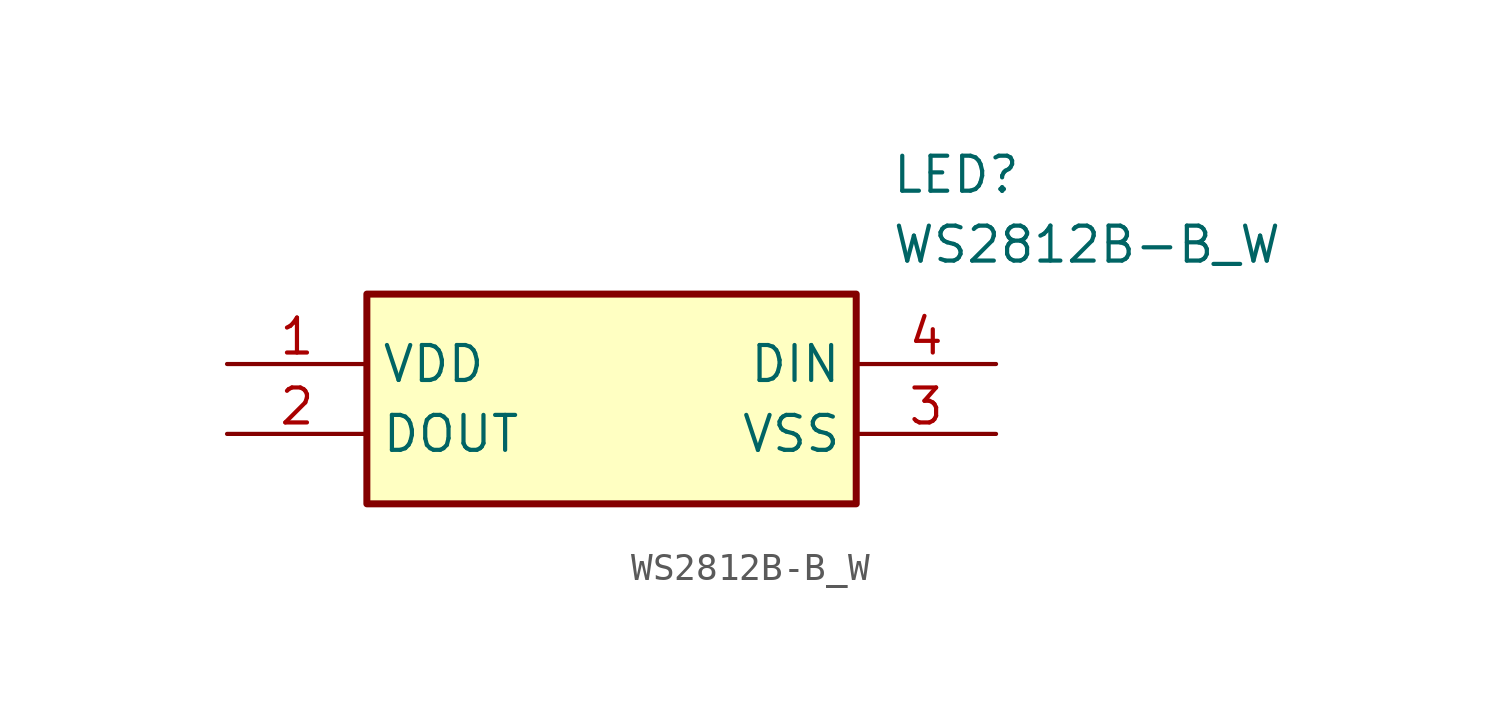
<source format=kicad_sym>
(kicad_symbol_lib
  (version 20211014)
  (generator SamacSys_ECAD_Model)
  (symbol "WS2812B-B_W"
    (property "Reference" "LED"
      (at 24.13 7.62 0)
      (effects (font (size 1.27 1.27)) (justify left top)))
    (property "Value" "WS2812B-B_W"
      (at 24.13 5.08 0)
      (effects (font (size 1.27 1.27)) (justify left top)))
    (rectangle
      (start 5.08 2.54)
      (end 22.86 -5.08)
      (stroke (width 0.254) (type default))
      (fill (type background)))
    (pin passive line
      (at 0 0 0)
      (length 5.08)
      (name "VDD" (effects (font (size 1.27 1.27))))
      (number "1" (effects (font (size 1.27 1.27)))))
    (pin passive line
      (at 0 -2.54 0)
      (length 5.08)
      (name "DOUT" (effects (font (size 1.27 1.27))))
      (number "2" (effects (font (size 1.27 1.27)))))
    (pin passive line
      (at 27.94 -2.54 180)
      (length 5.08)
      (name "VSS" (effects (font (size 1.27 1.27))))
      (number "3" (effects (font (size 1.27 1.27)))))
    (pin passive line
      (at 27.94 0 180)
      (length 5.08)
      (name "DIN" (effects (font (size 1.27 1.27))))
      (number "4" (effects (font (size 1.27 1.27)))))))
</source>
